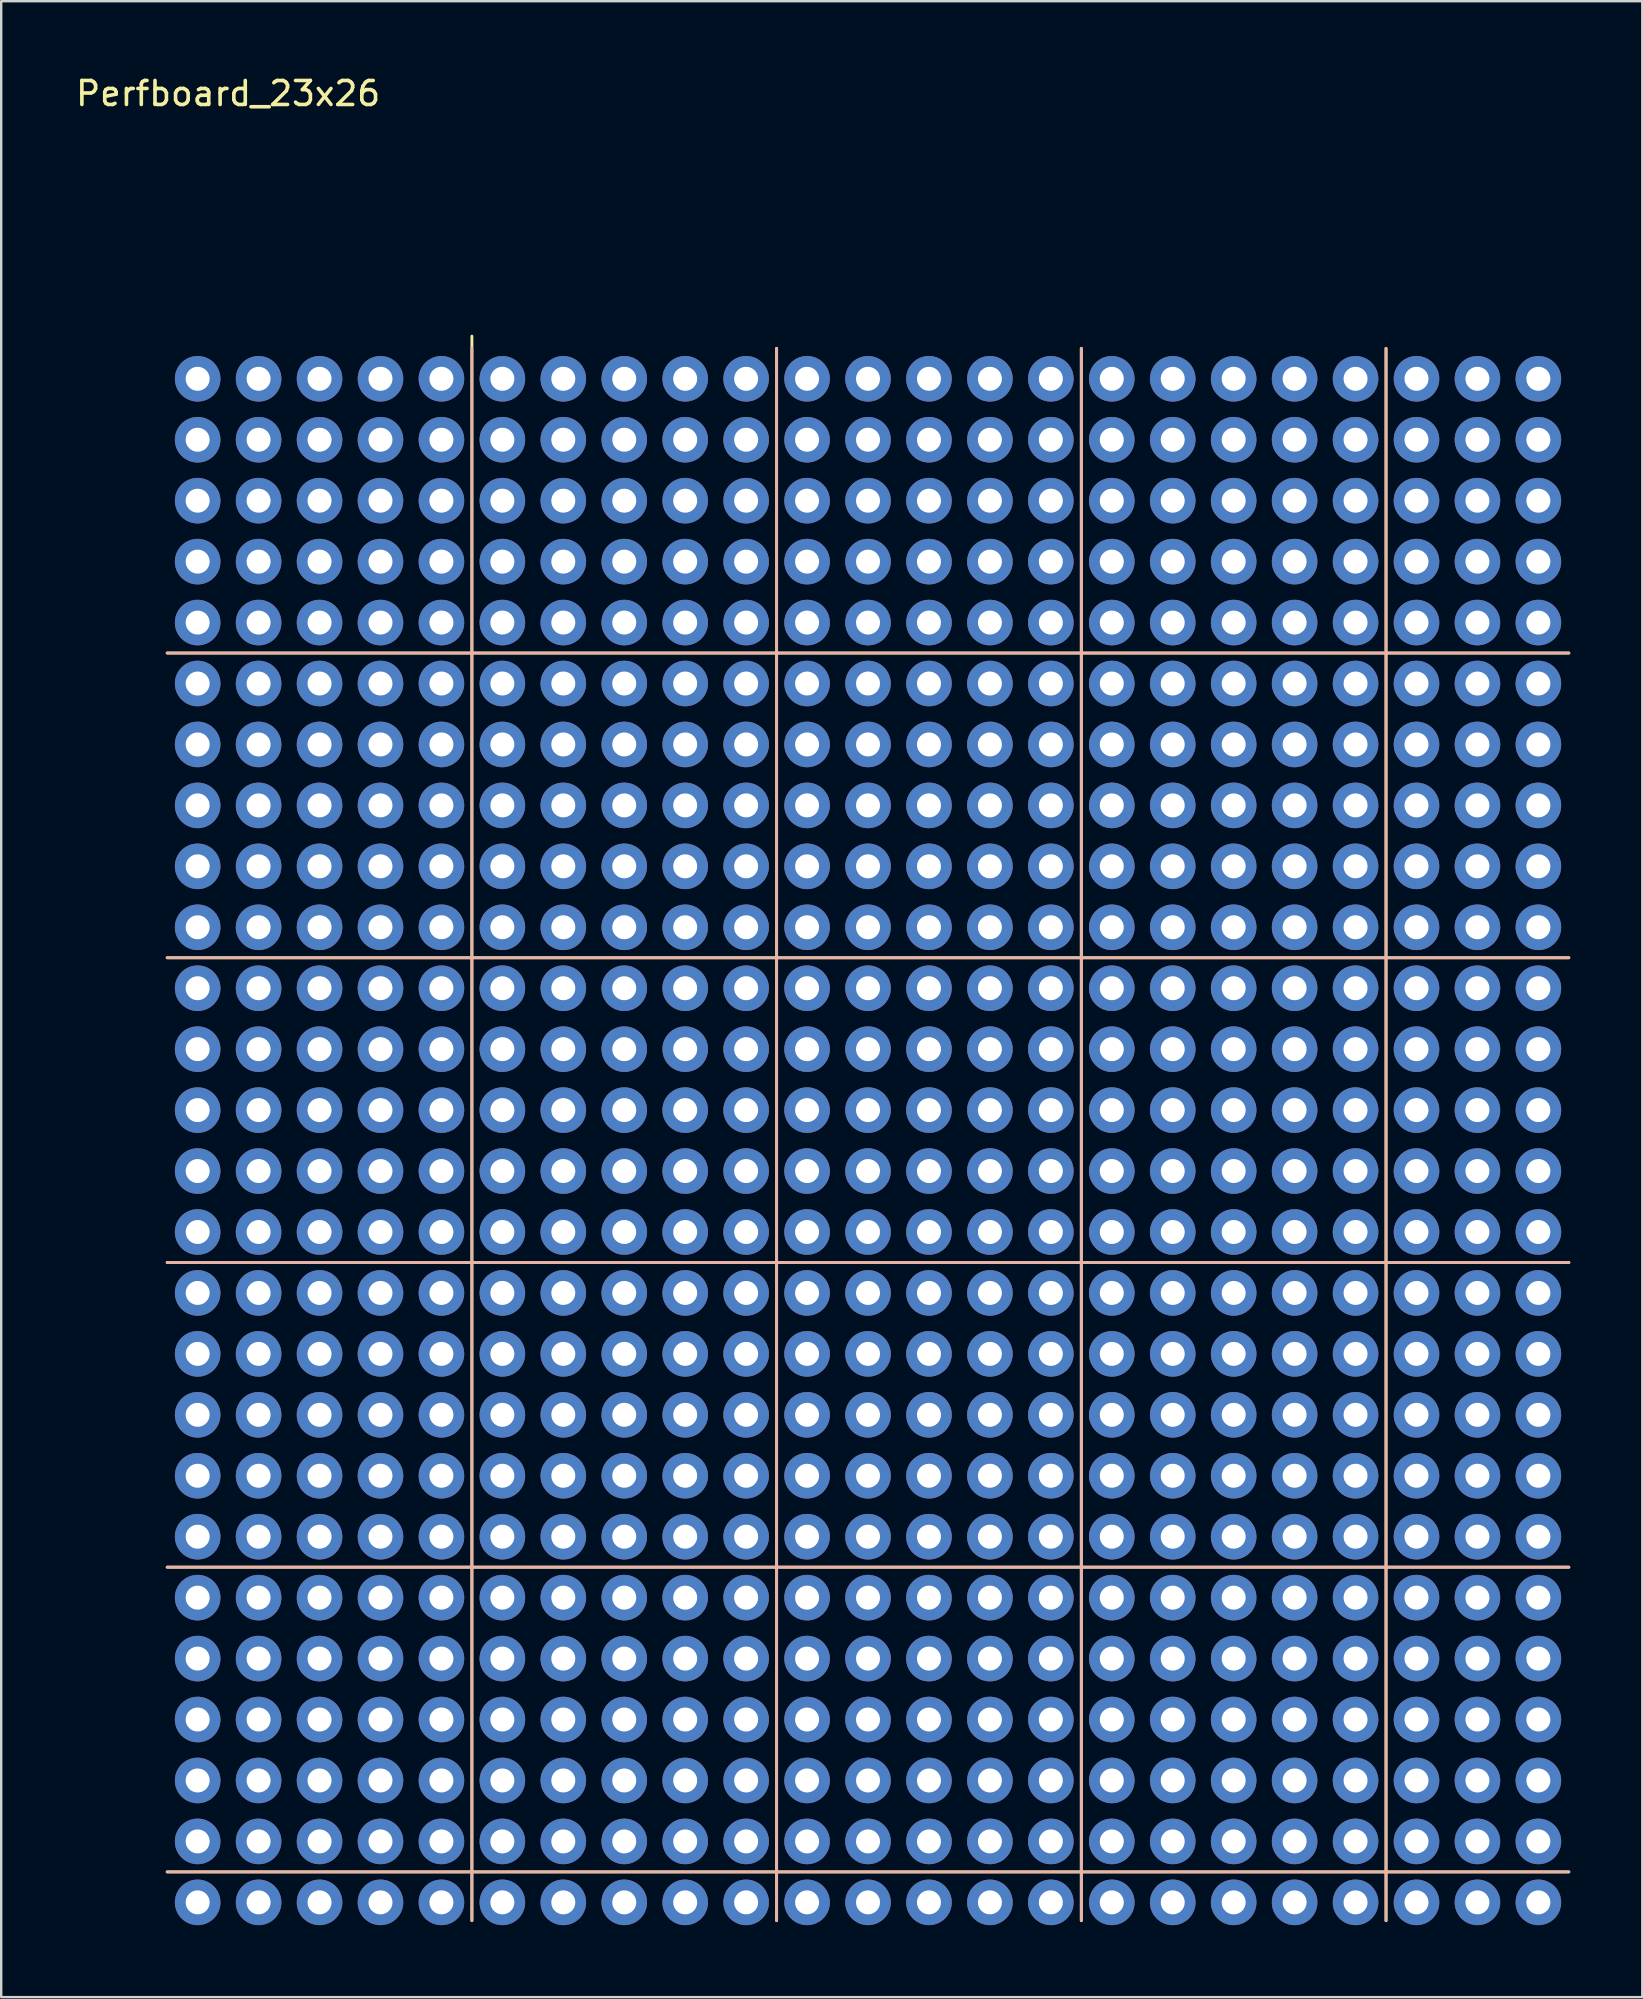
<source format=kicad_pcb>
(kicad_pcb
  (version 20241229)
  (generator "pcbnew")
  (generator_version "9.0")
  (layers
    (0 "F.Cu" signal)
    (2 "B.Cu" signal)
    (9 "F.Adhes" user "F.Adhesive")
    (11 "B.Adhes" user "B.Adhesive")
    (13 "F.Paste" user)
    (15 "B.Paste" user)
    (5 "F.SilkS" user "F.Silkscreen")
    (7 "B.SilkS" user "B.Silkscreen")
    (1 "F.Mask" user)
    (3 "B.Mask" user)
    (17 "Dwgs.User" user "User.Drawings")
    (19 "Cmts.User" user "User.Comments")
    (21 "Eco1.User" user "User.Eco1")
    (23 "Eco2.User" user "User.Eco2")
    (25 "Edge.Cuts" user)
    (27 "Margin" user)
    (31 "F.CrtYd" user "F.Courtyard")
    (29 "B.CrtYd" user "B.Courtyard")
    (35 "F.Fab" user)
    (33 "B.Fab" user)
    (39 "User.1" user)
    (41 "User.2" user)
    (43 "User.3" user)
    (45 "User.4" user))
  (footprint "Perfboard_23x26"
    (layer "F.Cu")
    (at 5.188 12.738)
    (property "Reference" "Perfboard_23x26" (at 1.27 -11.89 0) (unlocked yes) (layer "F.SilkS") (effects (font (size 1 1) (thickness 0.15))))
    (attr through_hole)
    (fp_line (start -1.27 11.43) (end 57.15 11.43) (stroke (width 0.12) (type solid)) (layer "F.SilkS"))
    (fp_line (start -1.27 24.13) (end 57.15 24.13) (stroke (width 0.12) (type solid)) (layer "F.SilkS"))
    (fp_line (start -1.27 36.83) (end 57.15 36.83) (stroke (width 0.12) (type solid)) (layer "F.SilkS"))
    (fp_line (start -1.27 49.53) (end 57.15 49.53) (stroke (width 0.12) (type solid)) (layer "F.SilkS"))
    (fp_line (start -1.27 62.23) (end 57.15 62.23) (stroke (width 0.12) (type solid)) (layer "F.SilkS"))
    (fp_line (start 11.43 -1.778) (end 11.43 64.262) (stroke (width 0.12) (type solid)) (layer "F.SilkS"))
    (fp_line (start 24.13 -1.27) (end 24.13 64.262) (stroke (width 0.12) (type solid)) (layer "F.SilkS"))
    (fp_line (start 36.83 -1.27) (end 36.83 64.262) (stroke (width 0.12) (type solid)) (layer "F.SilkS"))
    (fp_line (start 49.53 -1.27) (end 49.53 64.262) (stroke (width 0.12) (type solid)) (layer "F.SilkS"))
    (fp_line (start -1.27 11.43) (end 57.15 11.43) (stroke (width 0.12) (type solid)) (layer "B.SilkS"))
    (fp_line (start -1.27 24.13) (end 57.15 24.13) (stroke (width 0.12) (type solid)) (layer "B.SilkS"))
    (fp_line (start -1.27 36.83) (end 57.15 36.83) (stroke (width 0.12) (type solid)) (layer "B.SilkS"))
    (fp_line (start -1.27 49.53) (end 57.15 49.53) (stroke (width 0.12) (type solid)) (layer "B.SilkS"))
    (fp_line (start -1.27 62.23) (end 57.15 62.23) (stroke (width 0.12) (type solid)) (layer "B.SilkS"))
    (fp_line (start 11.43 -1.27) (end 11.43 64.262) (stroke (width 0.12) (type solid)) (layer "B.SilkS"))
    (fp_line (start 24.13 -1.27) (end 24.13 64.262) (stroke (width 0.12) (type solid)) (layer "B.SilkS"))
    (fp_line (start 36.83 -1.27) (end 36.83 64.262) (stroke (width 0.12) (type solid)) (layer "B.SilkS"))
    (fp_line (start 49.53 -1.27) (end 49.53 64.262) (stroke (width 0.12) (type solid)) (layer "B.SilkS"))
    (pad "" thru_hole circle (at 0 0) (size 1.9 1.9) (drill 1) (layers "*.Cu" "*.Mask"))
    (pad "" thru_hole circle (at 0 2.54) (size 1.9 1.9) (drill 1) (layers "*.Cu" "*.Mask"))
    (pad "" thru_hole circle (at 0 5.08) (size 1.9 1.9) (drill 1) (layers "*.Cu" "*.Mask"))
    (pad "" thru_hole circle (at 0 7.62) (size 1.9 1.9) (drill 1) (layers "*.Cu" "*.Mask"))
    (pad "" thru_hole circle (at 0 10.16) (size 1.9 1.9) (drill 1) (layers "*.Cu" "*.Mask"))
    (pad "" thru_hole circle (at 0 12.7) (size 1.9 1.9) (drill 1) (layers "*.Cu" "*.Mask"))
    (pad "" thru_hole circle (at 0 15.24) (size 1.9 1.9) (drill 1) (layers "*.Cu" "*.Mask"))
    (pad "" thru_hole circle (at 0 17.78) (size 1.9 1.9) (drill 1) (layers "*.Cu" "*.Mask"))
    (pad "" thru_hole circle (at 0 20.32) (size 1.9 1.9) (drill 1) (layers "*.Cu" "*.Mask"))
    (pad "" thru_hole circle (at 0 22.86) (size 1.9 1.9) (drill 1) (layers "*.Cu" "*.Mask"))
    (pad "" thru_hole circle (at 0 25.4) (size 1.9 1.9) (drill 1) (layers "*.Cu" "*.Mask"))
    (pad "" thru_hole circle (at 0 27.94) (size 1.9 1.9) (drill 1) (layers "*.Cu" "*.Mask"))
    (pad "" thru_hole circle (at 0 30.48) (size 1.9 1.9) (drill 1) (layers "*.Cu" "*.Mask"))
    (pad "" thru_hole circle (at 0 33.02) (size 1.9 1.9) (drill 1) (layers "*.Cu" "*.Mask"))
    (pad "" thru_hole circle (at 0 35.56) (size 1.9 1.9) (drill 1) (layers "*.Cu" "*.Mask"))
    (pad "" thru_hole circle (at 0 38.1) (size 1.9 1.9) (drill 1) (layers "*.Cu" "*.Mask"))
    (pad "" thru_hole circle (at 0 40.64) (size 1.9 1.9) (drill 1) (layers "*.Cu" "*.Mask"))
    (pad "" thru_hole circle (at 0 43.18) (size 1.9 1.9) (drill 1) (layers "*.Cu" "*.Mask"))
    (pad "" thru_hole circle (at 0 45.72) (size 1.9 1.9) (drill 1) (layers "*.Cu" "*.Mask"))
    (pad "" thru_hole circle (at 0 48.26) (size 1.9 1.9) (drill 1) (layers "*.Cu" "*.Mask"))
    (pad "" thru_hole circle (at 0 50.8) (size 1.9 1.9) (drill 1) (layers "*.Cu" "*.Mask"))
    (pad "" thru_hole circle (at 0 53.34) (size 1.9 1.9) (drill 1) (layers "*.Cu" "*.Mask"))
    (pad "" thru_hole circle (at 0 55.88) (size 1.9 1.9) (drill 1) (layers "*.Cu" "*.Mask"))
    (pad "" thru_hole circle (at 0 58.42) (size 1.9 1.9) (drill 1) (layers "*.Cu" "*.Mask"))
    (pad "" thru_hole circle (at 0 60.96) (size 1.9 1.9) (drill 1) (layers "*.Cu" "*.Mask"))
    (pad "" thru_hole circle (at 0 63.5) (size 1.9 1.9) (drill 1) (layers "*.Cu" "*.Mask"))
    (pad "" thru_hole circle (at 2.54 0) (size 1.9 1.9) (drill 1) (layers "*.Cu" "*.Mask"))
    (pad "" thru_hole circle (at 2.54 2.54) (size 1.9 1.9) (drill 1) (layers "*.Cu" "*.Mask"))
    (pad "" thru_hole circle (at 2.54 5.08) (size 1.9 1.9) (drill 1) (layers "*.Cu" "*.Mask"))
    (pad "" thru_hole circle (at 2.54 7.62) (size 1.9 1.9) (drill 1) (layers "*.Cu" "*.Mask"))
    (pad "" thru_hole circle (at 2.54 10.16) (size 1.9 1.9) (drill 1) (layers "*.Cu" "*.Mask"))
    (pad "" thru_hole circle (at 2.54 12.7) (size 1.9 1.9) (drill 1) (layers "*.Cu" "*.Mask"))
    (pad "" thru_hole circle (at 2.54 15.24) (size 1.9 1.9) (drill 1) (layers "*.Cu" "*.Mask"))
    (pad "" thru_hole circle (at 2.54 17.78) (size 1.9 1.9) (drill 1) (layers "*.Cu" "*.Mask"))
    (pad "" thru_hole circle (at 2.54 20.32) (size 1.9 1.9) (drill 1) (layers "*.Cu" "*.Mask"))
    (pad "" thru_hole circle (at 2.54 22.86) (size 1.9 1.9) (drill 1) (layers "*.Cu" "*.Mask"))
    (pad "" thru_hole circle (at 2.54 25.4) (size 1.9 1.9) (drill 1) (layers "*.Cu" "*.Mask"))
    (pad "" thru_hole circle (at 2.54 27.94) (size 1.9 1.9) (drill 1) (layers "*.Cu" "*.Mask"))
    (pad "" thru_hole circle (at 2.54 30.48) (size 1.9 1.9) (drill 1) (layers "*.Cu" "*.Mask"))
    (pad "" thru_hole circle (at 2.54 33.02) (size 1.9 1.9) (drill 1) (layers "*.Cu" "*.Mask"))
    (pad "" thru_hole circle (at 2.54 35.56) (size 1.9 1.9) (drill 1) (layers "*.Cu" "*.Mask"))
    (pad "" thru_hole circle (at 2.54 38.1) (size 1.9 1.9) (drill 1) (layers "*.Cu" "*.Mask"))
    (pad "" thru_hole circle (at 2.54 40.64) (size 1.9 1.9) (drill 1) (layers "*.Cu" "*.Mask"))
    (pad "" thru_hole circle (at 2.54 43.18) (size 1.9 1.9) (drill 1) (layers "*.Cu" "*.Mask"))
    (pad "" thru_hole circle (at 2.54 45.72) (size 1.9 1.9) (drill 1) (layers "*.Cu" "*.Mask"))
    (pad "" thru_hole circle (at 2.54 48.26) (size 1.9 1.9) (drill 1) (layers "*.Cu" "*.Mask"))
    (pad "" thru_hole circle (at 2.54 50.8) (size 1.9 1.9) (drill 1) (layers "*.Cu" "*.Mask"))
    (pad "" thru_hole circle (at 2.54 53.34) (size 1.9 1.9) (drill 1) (layers "*.Cu" "*.Mask"))
    (pad "" thru_hole circle (at 2.54 55.88) (size 1.9 1.9) (drill 1) (layers "*.Cu" "*.Mask"))
    (pad "" thru_hole circle (at 2.54 58.42) (size 1.9 1.9) (drill 1) (layers "*.Cu" "*.Mask"))
    (pad "" thru_hole circle (at 2.54 60.96) (size 1.9 1.9) (drill 1) (layers "*.Cu" "*.Mask"))
    (pad "" thru_hole circle (at 2.54 63.5) (size 1.9 1.9) (drill 1) (layers "*.Cu" "*.Mask"))
    (pad "" thru_hole circle (at 5.08 0) (size 1.9 1.9) (drill 1) (layers "*.Cu" "*.Mask"))
    (pad "" thru_hole circle (at 5.08 2.54) (size 1.9 1.9) (drill 1) (layers "*.Cu" "*.Mask"))
    (pad "" thru_hole circle (at 5.08 5.08) (size 1.9 1.9) (drill 1) (layers "*.Cu" "*.Mask"))
    (pad "" thru_hole circle (at 5.08 7.62) (size 1.9 1.9) (drill 1) (layers "*.Cu" "*.Mask"))
    (pad "" thru_hole circle (at 5.08 10.16) (size 1.9 1.9) (drill 1) (layers "*.Cu" "*.Mask"))
    (pad "" thru_hole circle (at 5.08 12.7) (size 1.9 1.9) (drill 1) (layers "*.Cu" "*.Mask"))
    (pad "" thru_hole circle (at 5.08 15.24) (size 1.9 1.9) (drill 1) (layers "*.Cu" "*.Mask"))
    (pad "" thru_hole circle (at 5.08 17.78) (size 1.9 1.9) (drill 1) (layers "*.Cu" "*.Mask"))
    (pad "" thru_hole circle (at 5.08 20.32) (size 1.9 1.9) (drill 1) (layers "*.Cu" "*.Mask"))
    (pad "" thru_hole circle (at 5.08 22.86) (size 1.9 1.9) (drill 1) (layers "*.Cu" "*.Mask"))
    (pad "" thru_hole circle (at 5.08 25.4) (size 1.9 1.9) (drill 1) (layers "*.Cu" "*.Mask"))
    (pad "" thru_hole circle (at 5.08 27.94) (size 1.9 1.9) (drill 1) (layers "*.Cu" "*.Mask"))
    (pad "" thru_hole circle (at 5.08 30.48) (size 1.9 1.9) (drill 1) (layers "*.Cu" "*.Mask"))
    (pad "" thru_hole circle (at 5.08 33.02) (size 1.9 1.9) (drill 1) (layers "*.Cu" "*.Mask"))
    (pad "" thru_hole circle (at 5.08 35.56) (size 1.9 1.9) (drill 1) (layers "*.Cu" "*.Mask"))
    (pad "" thru_hole circle (at 5.08 38.1) (size 1.9 1.9) (drill 1) (layers "*.Cu" "*.Mask"))
    (pad "" thru_hole circle (at 5.08 40.64) (size 1.9 1.9) (drill 1) (layers "*.Cu" "*.Mask"))
    (pad "" thru_hole circle (at 5.08 43.18) (size 1.9 1.9) (drill 1) (layers "*.Cu" "*.Mask"))
    (pad "" thru_hole circle (at 5.08 45.72) (size 1.9 1.9) (drill 1) (layers "*.Cu" "*.Mask"))
    (pad "" thru_hole circle (at 5.08 48.26) (size 1.9 1.9) (drill 1) (layers "*.Cu" "*.Mask"))
    (pad "" thru_hole circle (at 5.08 50.8) (size 1.9 1.9) (drill 1) (layers "*.Cu" "*.Mask"))
    (pad "" thru_hole circle (at 5.08 53.34) (size 1.9 1.9) (drill 1) (layers "*.Cu" "*.Mask"))
    (pad "" thru_hole circle (at 5.08 55.88) (size 1.9 1.9) (drill 1) (layers "*.Cu" "*.Mask"))
    (pad "" thru_hole circle (at 5.08 58.42) (size 1.9 1.9) (drill 1) (layers "*.Cu" "*.Mask"))
    (pad "" thru_hole circle (at 5.08 60.96) (size 1.9 1.9) (drill 1) (layers "*.Cu" "*.Mask"))
    (pad "" thru_hole circle (at 5.08 63.5) (size 1.9 1.9) (drill 1) (layers "*.Cu" "*.Mask"))
    (pad "" thru_hole circle (at 7.62 0) (size 1.9 1.9) (drill 1) (layers "*.Cu" "*.Mask"))
    (pad "" thru_hole circle (at 7.62 2.54) (size 1.9 1.9) (drill 1) (layers "*.Cu" "*.Mask"))
    (pad "" thru_hole circle (at 7.62 5.08) (size 1.9 1.9) (drill 1) (layers "*.Cu" "*.Mask"))
    (pad "" thru_hole circle (at 7.62 7.62) (size 1.9 1.9) (drill 1) (layers "*.Cu" "*.Mask"))
    (pad "" thru_hole circle (at 7.62 10.16) (size 1.9 1.9) (drill 1) (layers "*.Cu" "*.Mask"))
    (pad "" thru_hole circle (at 7.62 12.7) (size 1.9 1.9) (drill 1) (layers "*.Cu" "*.Mask"))
    (pad "" thru_hole circle (at 7.62 15.24) (size 1.9 1.9) (drill 1) (layers "*.Cu" "*.Mask"))
    (pad "" thru_hole circle (at 7.62 17.78) (size 1.9 1.9) (drill 1) (layers "*.Cu" "*.Mask"))
    (pad "" thru_hole circle (at 7.62 20.32) (size 1.9 1.9) (drill 1) (layers "*.Cu" "*.Mask"))
    (pad "" thru_hole circle (at 7.62 22.86) (size 1.9 1.9) (drill 1) (layers "*.Cu" "*.Mask"))
    (pad "" thru_hole circle (at 7.62 25.4) (size 1.9 1.9) (drill 1) (layers "*.Cu" "*.Mask"))
    (pad "" thru_hole circle (at 7.62 27.94) (size 1.9 1.9) (drill 1) (layers "*.Cu" "*.Mask"))
    (pad "" thru_hole circle (at 7.62 30.48) (size 1.9 1.9) (drill 1) (layers "*.Cu" "*.Mask"))
    (pad "" thru_hole circle (at 7.62 33.02) (size 1.9 1.9) (drill 1) (layers "*.Cu" "*.Mask"))
    (pad "" thru_hole circle (at 7.62 35.56) (size 1.9 1.9) (drill 1) (layers "*.Cu" "*.Mask"))
    (pad "" thru_hole circle (at 7.62 38.1) (size 1.9 1.9) (drill 1) (layers "*.Cu" "*.Mask"))
    (pad "" thru_hole circle (at 7.62 40.64) (size 1.9 1.9) (drill 1) (layers "*.Cu" "*.Mask"))
    (pad "" thru_hole circle (at 7.62 43.18) (size 1.9 1.9) (drill 1) (layers "*.Cu" "*.Mask"))
    (pad "" thru_hole circle (at 7.62 45.72) (size 1.9 1.9) (drill 1) (layers "*.Cu" "*.Mask"))
    (pad "" thru_hole circle (at 7.62 48.26) (size 1.9 1.9) (drill 1) (layers "*.Cu" "*.Mask"))
    (pad "" thru_hole circle (at 7.62 50.8) (size 1.9 1.9) (drill 1) (layers "*.Cu" "*.Mask"))
    (pad "" thru_hole circle (at 7.62 53.34) (size 1.9 1.9) (drill 1) (layers "*.Cu" "*.Mask"))
    (pad "" thru_hole circle (at 7.62 55.88) (size 1.9 1.9) (drill 1) (layers "*.Cu" "*.Mask"))
    (pad "" thru_hole circle (at 7.62 58.42) (size 1.9 1.9) (drill 1) (layers "*.Cu" "*.Mask"))
    (pad "" thru_hole circle (at 7.62 60.96) (size 1.9 1.9) (drill 1) (layers "*.Cu" "*.Mask"))
    (pad "" thru_hole circle (at 7.62 63.5) (size 1.9 1.9) (drill 1) (layers "*.Cu" "*.Mask"))
    (pad "" thru_hole circle (at 10.16 0) (size 1.9 1.9) (drill 1) (layers "*.Cu" "*.Mask"))
    (pad "" thru_hole circle (at 10.16 2.54) (size 1.9 1.9) (drill 1) (layers "*.Cu" "*.Mask"))
    (pad "" thru_hole circle (at 10.16 5.08) (size 1.9 1.9) (drill 1) (layers "*.Cu" "*.Mask"))
    (pad "" thru_hole circle (at 10.16 7.62) (size 1.9 1.9) (drill 1) (layers "*.Cu" "*.Mask"))
    (pad "" thru_hole circle (at 10.16 10.16) (size 1.9 1.9) (drill 1) (layers "*.Cu" "*.Mask"))
    (pad "" thru_hole circle (at 10.16 12.7) (size 1.9 1.9) (drill 1) (layers "*.Cu" "*.Mask"))
    (pad "" thru_hole circle (at 10.16 15.24) (size 1.9 1.9) (drill 1) (layers "*.Cu" "*.Mask"))
    (pad "" thru_hole circle (at 10.16 17.78) (size 1.9 1.9) (drill 1) (layers "*.Cu" "*.Mask"))
    (pad "" thru_hole circle (at 10.16 20.32) (size 1.9 1.9) (drill 1) (layers "*.Cu" "*.Mask"))
    (pad "" thru_hole circle (at 10.16 22.86) (size 1.9 1.9) (drill 1) (layers "*.Cu" "*.Mask"))
    (pad "" thru_hole circle (at 10.16 25.4) (size 1.9 1.9) (drill 1) (layers "*.Cu" "*.Mask"))
    (pad "" thru_hole circle (at 10.16 27.94) (size 1.9 1.9) (drill 1) (layers "*.Cu" "*.Mask"))
    (pad "" thru_hole circle (at 10.16 30.48) (size 1.9 1.9) (drill 1) (layers "*.Cu" "*.Mask"))
    (pad "" thru_hole circle (at 10.16 33.02) (size 1.9 1.9) (drill 1) (layers "*.Cu" "*.Mask"))
    (pad "" thru_hole circle (at 10.16 35.56) (size 1.9 1.9) (drill 1) (layers "*.Cu" "*.Mask"))
    (pad "" thru_hole circle (at 10.16 38.1) (size 1.9 1.9) (drill 1) (layers "*.Cu" "*.Mask"))
    (pad "" thru_hole circle (at 10.16 40.64) (size 1.9 1.9) (drill 1) (layers "*.Cu" "*.Mask"))
    (pad "" thru_hole circle (at 10.16 43.18) (size 1.9 1.9) (drill 1) (layers "*.Cu" "*.Mask"))
    (pad "" thru_hole circle (at 10.16 45.72) (size 1.9 1.9) (drill 1) (layers "*.Cu" "*.Mask"))
    (pad "" thru_hole circle (at 10.16 48.26) (size 1.9 1.9) (drill 1) (layers "*.Cu" "*.Mask"))
    (pad "" thru_hole circle (at 10.16 50.8) (size 1.9 1.9) (drill 1) (layers "*.Cu" "*.Mask"))
    (pad "" thru_hole circle (at 10.16 53.34) (size 1.9 1.9) (drill 1) (layers "*.Cu" "*.Mask"))
    (pad "" thru_hole circle (at 10.16 55.88) (size 1.9 1.9) (drill 1) (layers "*.Cu" "*.Mask"))
    (pad "" thru_hole circle (at 10.16 58.42) (size 1.9 1.9) (drill 1) (layers "*.Cu" "*.Mask"))
    (pad "" thru_hole circle (at 10.16 60.96) (size 1.9 1.9) (drill 1) (layers "*.Cu" "*.Mask"))
    (pad "" thru_hole circle (at 10.16 63.5) (size 1.9 1.9) (drill 1) (layers "*.Cu" "*.Mask"))
    (pad "" thru_hole circle (at 12.7 0) (size 1.9 1.9) (drill 1) (layers "*.Cu" "*.Mask"))
    (pad "" thru_hole circle (at 12.7 2.54) (size 1.9 1.9) (drill 1) (layers "*.Cu" "*.Mask"))
    (pad "" thru_hole circle (at 12.7 5.08) (size 1.9 1.9) (drill 1) (layers "*.Cu" "*.Mask"))
    (pad "" thru_hole circle (at 12.7 7.62) (size 1.9 1.9) (drill 1) (layers "*.Cu" "*.Mask"))
    (pad "" thru_hole circle (at 12.7 10.16) (size 1.9 1.9) (drill 1) (layers "*.Cu" "*.Mask"))
    (pad "" thru_hole circle (at 12.7 12.7) (size 1.9 1.9) (drill 1) (layers "*.Cu" "*.Mask"))
    (pad "" thru_hole circle (at 12.7 15.24) (size 1.9 1.9) (drill 1) (layers "*.Cu" "*.Mask"))
    (pad "" thru_hole circle (at 12.7 17.78) (size 1.9 1.9) (drill 1) (layers "*.Cu" "*.Mask"))
    (pad "" thru_hole circle (at 12.7 20.32) (size 1.9 1.9) (drill 1) (layers "*.Cu" "*.Mask"))
    (pad "" thru_hole circle (at 12.7 22.86) (size 1.9 1.9) (drill 1) (layers "*.Cu" "*.Mask"))
    (pad "" thru_hole circle (at 12.7 25.4) (size 1.9 1.9) (drill 1) (layers "*.Cu" "*.Mask"))
    (pad "" thru_hole circle (at 12.7 27.94) (size 1.9 1.9) (drill 1) (layers "*.Cu" "*.Mask"))
    (pad "" thru_hole circle (at 12.7 30.48) (size 1.9 1.9) (drill 1) (layers "*.Cu" "*.Mask"))
    (pad "" thru_hole circle (at 12.7 33.02) (size 1.9 1.9) (drill 1) (layers "*.Cu" "*.Mask"))
    (pad "" thru_hole circle (at 12.7 35.56) (size 1.9 1.9) (drill 1) (layers "*.Cu" "*.Mask"))
    (pad "" thru_hole circle (at 12.7 38.1) (size 1.9 1.9) (drill 1) (layers "*.Cu" "*.Mask"))
    (pad "" thru_hole circle (at 12.7 40.64) (size 1.9 1.9) (drill 1) (layers "*.Cu" "*.Mask"))
    (pad "" thru_hole circle (at 12.7 43.18) (size 1.9 1.9) (drill 1) (layers "*.Cu" "*.Mask"))
    (pad "" thru_hole circle (at 12.7 45.72) (size 1.9 1.9) (drill 1) (layers "*.Cu" "*.Mask"))
    (pad "" thru_hole circle (at 12.7 48.26) (size 1.9 1.9) (drill 1) (layers "*.Cu" "*.Mask"))
    (pad "" thru_hole circle (at 12.7 50.8) (size 1.9 1.9) (drill 1) (layers "*.Cu" "*.Mask"))
    (pad "" thru_hole circle (at 12.7 53.34) (size 1.9 1.9) (drill 1) (layers "*.Cu" "*.Mask"))
    (pad "" thru_hole circle (at 12.7 55.88) (size 1.9 1.9) (drill 1) (layers "*.Cu" "*.Mask"))
    (pad "" thru_hole circle (at 12.7 58.42) (size 1.9 1.9) (drill 1) (layers "*.Cu" "*.Mask"))
    (pad "" thru_hole circle (at 12.7 60.96) (size 1.9 1.9) (drill 1) (layers "*.Cu" "*.Mask"))
    (pad "" thru_hole circle (at 12.7 63.5) (size 1.9 1.9) (drill 1) (layers "*.Cu" "*.Mask"))
    (pad "" thru_hole circle (at 15.24 0) (size 1.9 1.9) (drill 1) (layers "*.Cu" "*.Mask"))
    (pad "" thru_hole circle (at 15.24 2.54) (size 1.9 1.9) (drill 1) (layers "*.Cu" "*.Mask"))
    (pad "" thru_hole circle (at 15.24 5.08) (size 1.9 1.9) (drill 1) (layers "*.Cu" "*.Mask"))
    (pad "" thru_hole circle (at 15.24 7.62) (size 1.9 1.9) (drill 1) (layers "*.Cu" "*.Mask"))
    (pad "" thru_hole circle (at 15.24 10.16) (size 1.9 1.9) (drill 1) (layers "*.Cu" "*.Mask"))
    (pad "" thru_hole circle (at 15.24 12.7) (size 1.9 1.9) (drill 1) (layers "*.Cu" "*.Mask"))
    (pad "" thru_hole circle (at 15.24 15.24) (size 1.9 1.9) (drill 1) (layers "*.Cu" "*.Mask"))
    (pad "" thru_hole circle (at 15.24 17.78) (size 1.9 1.9) (drill 1) (layers "*.Cu" "*.Mask"))
    (pad "" thru_hole circle (at 15.24 20.32) (size 1.9 1.9) (drill 1) (layers "*.Cu" "*.Mask"))
    (pad "" thru_hole circle (at 15.24 22.86) (size 1.9 1.9) (drill 1) (layers "*.Cu" "*.Mask"))
    (pad "" thru_hole circle (at 15.24 25.4) (size 1.9 1.9) (drill 1) (layers "*.Cu" "*.Mask"))
    (pad "" thru_hole circle (at 15.24 27.94) (size 1.9 1.9) (drill 1) (layers "*.Cu" "*.Mask"))
    (pad "" thru_hole circle (at 15.24 30.48) (size 1.9 1.9) (drill 1) (layers "*.Cu" "*.Mask"))
    (pad "" thru_hole circle (at 15.24 33.02) (size 1.9 1.9) (drill 1) (layers "*.Cu" "*.Mask"))
    (pad "" thru_hole circle (at 15.24 35.56) (size 1.9 1.9) (drill 1) (layers "*.Cu" "*.Mask"))
    (pad "" thru_hole circle (at 15.24 38.1) (size 1.9 1.9) (drill 1) (layers "*.Cu" "*.Mask"))
    (pad "" thru_hole circle (at 15.24 40.64) (size 1.9 1.9) (drill 1) (layers "*.Cu" "*.Mask"))
    (pad "" thru_hole circle (at 15.24 43.18) (size 1.9 1.9) (drill 1) (layers "*.Cu" "*.Mask"))
    (pad "" thru_hole circle (at 15.24 45.72) (size 1.9 1.9) (drill 1) (layers "*.Cu" "*.Mask"))
    (pad "" thru_hole circle (at 15.24 48.26) (size 1.9 1.9) (drill 1) (layers "*.Cu" "*.Mask"))
    (pad "" thru_hole circle (at 15.24 50.8) (size 1.9 1.9) (drill 1) (layers "*.Cu" "*.Mask"))
    (pad "" thru_hole circle (at 15.24 53.34) (size 1.9 1.9) (drill 1) (layers "*.Cu" "*.Mask"))
    (pad "" thru_hole circle (at 15.24 55.88) (size 1.9 1.9) (drill 1) (layers "*.Cu" "*.Mask"))
    (pad "" thru_hole circle (at 15.24 58.42) (size 1.9 1.9) (drill 1) (layers "*.Cu" "*.Mask"))
    (pad "" thru_hole circle (at 15.24 60.96) (size 1.9 1.9) (drill 1) (layers "*.Cu" "*.Mask"))
    (pad "" thru_hole circle (at 15.24 63.5) (size 1.9 1.9) (drill 1) (layers "*.Cu" "*.Mask"))
    (pad "" thru_hole circle (at 17.78 0) (size 1.9 1.9) (drill 1) (layers "*.Cu" "*.Mask"))
    (pad "" thru_hole circle (at 17.78 2.54) (size 1.9 1.9) (drill 1) (layers "*.Cu" "*.Mask"))
    (pad "" thru_hole circle (at 17.78 5.08) (size 1.9 1.9) (drill 1) (layers "*.Cu" "*.Mask"))
    (pad "" thru_hole circle (at 17.78 7.62) (size 1.9 1.9) (drill 1) (layers "*.Cu" "*.Mask"))
    (pad "" thru_hole circle (at 17.78 10.16) (size 1.9 1.9) (drill 1) (layers "*.Cu" "*.Mask"))
    (pad "" thru_hole circle (at 17.78 12.7) (size 1.9 1.9) (drill 1) (layers "*.Cu" "*.Mask"))
    (pad "" thru_hole circle (at 17.78 15.24) (size 1.9 1.9) (drill 1) (layers "*.Cu" "*.Mask"))
    (pad "" thru_hole circle (at 17.78 17.78) (size 1.9 1.9) (drill 1) (layers "*.Cu" "*.Mask"))
    (pad "" thru_hole circle (at 17.78 20.32) (size 1.9 1.9) (drill 1) (layers "*.Cu" "*.Mask"))
    (pad "" thru_hole circle (at 17.78 22.86) (size 1.9 1.9) (drill 1) (layers "*.Cu" "*.Mask"))
    (pad "" thru_hole circle (at 17.78 25.4) (size 1.9 1.9) (drill 1) (layers "*.Cu" "*.Mask"))
    (pad "" thru_hole circle (at 17.78 27.94) (size 1.9 1.9) (drill 1) (layers "*.Cu" "*.Mask"))
    (pad "" thru_hole circle (at 17.78 30.48) (size 1.9 1.9) (drill 1) (layers "*.Cu" "*.Mask"))
    (pad "" thru_hole circle (at 17.78 33.02) (size 1.9 1.9) (drill 1) (layers "*.Cu" "*.Mask"))
    (pad "" thru_hole circle (at 17.78 35.56) (size 1.9 1.9) (drill 1) (layers "*.Cu" "*.Mask"))
    (pad "" thru_hole circle (at 17.78 38.1) (size 1.9 1.9) (drill 1) (layers "*.Cu" "*.Mask"))
    (pad "" thru_hole circle (at 17.78 40.64) (size 1.9 1.9) (drill 1) (layers "*.Cu" "*.Mask"))
    (pad "" thru_hole circle (at 17.78 43.18) (size 1.9 1.9) (drill 1) (layers "*.Cu" "*.Mask"))
    (pad "" thru_hole circle (at 17.78 45.72) (size 1.9 1.9) (drill 1) (layers "*.Cu" "*.Mask"))
    (pad "" thru_hole circle (at 17.78 48.26) (size 1.9 1.9) (drill 1) (layers "*.Cu" "*.Mask"))
    (pad "" thru_hole circle (at 17.78 50.8) (size 1.9 1.9) (drill 1) (layers "*.Cu" "*.Mask"))
    (pad "" thru_hole circle (at 17.78 53.34) (size 1.9 1.9) (drill 1) (layers "*.Cu" "*.Mask"))
    (pad "" thru_hole circle (at 17.78 55.88) (size 1.9 1.9) (drill 1) (layers "*.Cu" "*.Mask"))
    (pad "" thru_hole circle (at 17.78 58.42) (size 1.9 1.9) (drill 1) (layers "*.Cu" "*.Mask"))
    (pad "" thru_hole circle (at 17.78 60.96) (size 1.9 1.9) (drill 1) (layers "*.Cu" "*.Mask"))
    (pad "" thru_hole circle (at 17.78 63.5) (size 1.9 1.9) (drill 1) (layers "*.Cu" "*.Mask"))
    (pad "" thru_hole circle (at 20.32 0) (size 1.9 1.9) (drill 1) (layers "*.Cu" "*.Mask"))
    (pad "" thru_hole circle (at 20.32 2.54) (size 1.9 1.9) (drill 1) (layers "*.Cu" "*.Mask"))
    (pad "" thru_hole circle (at 20.32 5.08) (size 1.9 1.9) (drill 1) (layers "*.Cu" "*.Mask"))
    (pad "" thru_hole circle (at 20.32 7.62) (size 1.9 1.9) (drill 1) (layers "*.Cu" "*.Mask"))
    (pad "" thru_hole circle (at 20.32 10.16) (size 1.9 1.9) (drill 1) (layers "*.Cu" "*.Mask"))
    (pad "" thru_hole circle (at 20.32 12.7) (size 1.9 1.9) (drill 1) (layers "*.Cu" "*.Mask"))
    (pad "" thru_hole circle (at 20.32 15.24) (size 1.9 1.9) (drill 1) (layers "*.Cu" "*.Mask"))
    (pad "" thru_hole circle (at 20.32 17.78) (size 1.9 1.9) (drill 1) (layers "*.Cu" "*.Mask"))
    (pad "" thru_hole circle (at 20.32 20.32) (size 1.9 1.9) (drill 1) (layers "*.Cu" "*.Mask"))
    (pad "" thru_hole circle (at 20.32 22.86) (size 1.9 1.9) (drill 1) (layers "*.Cu" "*.Mask"))
    (pad "" thru_hole circle (at 20.32 25.4) (size 1.9 1.9) (drill 1) (layers "*.Cu" "*.Mask"))
    (pad "" thru_hole circle (at 20.32 27.94) (size 1.9 1.9) (drill 1) (layers "*.Cu" "*.Mask"))
    (pad "" thru_hole circle (at 20.32 30.48) (size 1.9 1.9) (drill 1) (layers "*.Cu" "*.Mask"))
    (pad "" thru_hole circle (at 20.32 33.02) (size 1.9 1.9) (drill 1) (layers "*.Cu" "*.Mask"))
    (pad "" thru_hole circle (at 20.32 35.56) (size 1.9 1.9) (drill 1) (layers "*.Cu" "*.Mask"))
    (pad "" thru_hole circle (at 20.32 38.1) (size 1.9 1.9) (drill 1) (layers "*.Cu" "*.Mask"))
    (pad "" thru_hole circle (at 20.32 40.64) (size 1.9 1.9) (drill 1) (layers "*.Cu" "*.Mask"))
    (pad "" thru_hole circle (at 20.32 43.18) (size 1.9 1.9) (drill 1) (layers "*.Cu" "*.Mask"))
    (pad "" thru_hole circle (at 20.32 45.72) (size 1.9 1.9) (drill 1) (layers "*.Cu" "*.Mask"))
    (pad "" thru_hole circle (at 20.32 48.26) (size 1.9 1.9) (drill 1) (layers "*.Cu" "*.Mask"))
    (pad "" thru_hole circle (at 20.32 50.8) (size 1.9 1.9) (drill 1) (layers "*.Cu" "*.Mask"))
    (pad "" thru_hole circle (at 20.32 53.34) (size 1.9 1.9) (drill 1) (layers "*.Cu" "*.Mask"))
    (pad "" thru_hole circle (at 20.32 55.88) (size 1.9 1.9) (drill 1) (layers "*.Cu" "*.Mask"))
    (pad "" thru_hole circle (at 20.32 58.42) (size 1.9 1.9) (drill 1) (layers "*.Cu" "*.Mask"))
    (pad "" thru_hole circle (at 20.32 60.96) (size 1.9 1.9) (drill 1) (layers "*.Cu" "*.Mask"))
    (pad "" thru_hole circle (at 20.32 63.5) (size 1.9 1.9) (drill 1) (layers "*.Cu" "*.Mask"))
    (pad "" thru_hole circle (at 22.86 0) (size 1.9 1.9) (drill 1) (layers "*.Cu" "*.Mask"))
    (pad "" thru_hole circle (at 22.86 2.54) (size 1.9 1.9) (drill 1) (layers "*.Cu" "*.Mask"))
    (pad "" thru_hole circle (at 22.86 5.08) (size 1.9 1.9) (drill 1) (layers "*.Cu" "*.Mask"))
    (pad "" thru_hole circle (at 22.86 7.62) (size 1.9 1.9) (drill 1) (layers "*.Cu" "*.Mask"))
    (pad "" thru_hole circle (at 22.86 10.16) (size 1.9 1.9) (drill 1) (layers "*.Cu" "*.Mask"))
    (pad "" thru_hole circle (at 22.86 12.7) (size 1.9 1.9) (drill 1) (layers "*.Cu" "*.Mask"))
    (pad "" thru_hole circle (at 22.86 15.24) (size 1.9 1.9) (drill 1) (layers "*.Cu" "*.Mask"))
    (pad "" thru_hole circle (at 22.86 17.78) (size 1.9 1.9) (drill 1) (layers "*.Cu" "*.Mask"))
    (pad "" thru_hole circle (at 22.86 20.32) (size 1.9 1.9) (drill 1) (layers "*.Cu" "*.Mask"))
    (pad "" thru_hole circle (at 22.86 22.86) (size 1.9 1.9) (drill 1) (layers "*.Cu" "*.Mask"))
    (pad "" thru_hole circle (at 22.86 25.4) (size 1.9 1.9) (drill 1) (layers "*.Cu" "*.Mask"))
    (pad "" thru_hole circle (at 22.86 27.94) (size 1.9 1.9) (drill 1) (layers "*.Cu" "*.Mask"))
    (pad "" thru_hole circle (at 22.86 30.48) (size 1.9 1.9) (drill 1) (layers "*.Cu" "*.Mask"))
    (pad "" thru_hole circle (at 22.86 33.02) (size 1.9 1.9) (drill 1) (layers "*.Cu" "*.Mask"))
    (pad "" thru_hole circle (at 22.86 35.56) (size 1.9 1.9) (drill 1) (layers "*.Cu" "*.Mask"))
    (pad "" thru_hole circle (at 22.86 38.1) (size 1.9 1.9) (drill 1) (layers "*.Cu" "*.Mask"))
    (pad "" thru_hole circle (at 22.86 40.64) (size 1.9 1.9) (drill 1) (layers "*.Cu" "*.Mask"))
    (pad "" thru_hole circle (at 22.86 43.18) (size 1.9 1.9) (drill 1) (layers "*.Cu" "*.Mask"))
    (pad "" thru_hole circle (at 22.86 45.72) (size 1.9 1.9) (drill 1) (layers "*.Cu" "*.Mask"))
    (pad "" thru_hole circle (at 22.86 48.26) (size 1.9 1.9) (drill 1) (layers "*.Cu" "*.Mask"))
    (pad "" thru_hole circle (at 22.86 50.8) (size 1.9 1.9) (drill 1) (layers "*.Cu" "*.Mask"))
    (pad "" thru_hole circle (at 22.86 53.34) (size 1.9 1.9) (drill 1) (layers "*.Cu" "*.Mask"))
    (pad "" thru_hole circle (at 22.86 55.88) (size 1.9 1.9) (drill 1) (layers "*.Cu" "*.Mask"))
    (pad "" thru_hole circle (at 22.86 58.42) (size 1.9 1.9) (drill 1) (layers "*.Cu" "*.Mask"))
    (pad "" thru_hole circle (at 22.86 60.96) (size 1.9 1.9) (drill 1) (layers "*.Cu" "*.Mask"))
    (pad "" thru_hole circle (at 22.86 63.5) (size 1.9 1.9) (drill 1) (layers "*.Cu" "*.Mask"))
    (pad "" thru_hole circle (at 25.4 0) (size 1.9 1.9) (drill 1) (layers "*.Cu" "*.Mask"))
    (pad "" thru_hole circle (at 25.4 2.54) (size 1.9 1.9) (drill 1) (layers "*.Cu" "*.Mask"))
    (pad "" thru_hole circle (at 25.4 5.08) (size 1.9 1.9) (drill 1) (layers "*.Cu" "*.Mask"))
    (pad "" thru_hole circle (at 25.4 7.62) (size 1.9 1.9) (drill 1) (layers "*.Cu" "*.Mask"))
    (pad "" thru_hole circle (at 25.4 10.16) (size 1.9 1.9) (drill 1) (layers "*.Cu" "*.Mask"))
    (pad "" thru_hole circle (at 25.4 12.7) (size 1.9 1.9) (drill 1) (layers "*.Cu" "*.Mask"))
    (pad "" thru_hole circle (at 25.4 15.24) (size 1.9 1.9) (drill 1) (layers "*.Cu" "*.Mask"))
    (pad "" thru_hole circle (at 25.4 17.78) (size 1.9 1.9) (drill 1) (layers "*.Cu" "*.Mask"))
    (pad "" thru_hole circle (at 25.4 20.32) (size 1.9 1.9) (drill 1) (layers "*.Cu" "*.Mask"))
    (pad "" thru_hole circle (at 25.4 22.86) (size 1.9 1.9) (drill 1) (layers "*.Cu" "*.Mask"))
    (pad "" thru_hole circle (at 25.4 25.4) (size 1.9 1.9) (drill 1) (layers "*.Cu" "*.Mask"))
    (pad "" thru_hole circle (at 25.4 27.94) (size 1.9 1.9) (drill 1) (layers "*.Cu" "*.Mask"))
    (pad "" thru_hole circle (at 25.4 30.48) (size 1.9 1.9) (drill 1) (layers "*.Cu" "*.Mask"))
    (pad "" thru_hole circle (at 25.4 33.02) (size 1.9 1.9) (drill 1) (layers "*.Cu" "*.Mask"))
    (pad "" thru_hole circle (at 25.4 35.56) (size 1.9 1.9) (drill 1) (layers "*.Cu" "*.Mask"))
    (pad "" thru_hole circle (at 25.4 38.1) (size 1.9 1.9) (drill 1) (layers "*.Cu" "*.Mask"))
    (pad "" thru_hole circle (at 25.4 40.64) (size 1.9 1.9) (drill 1) (layers "*.Cu" "*.Mask"))
    (pad "" thru_hole circle (at 25.4 43.18) (size 1.9 1.9) (drill 1) (layers "*.Cu" "*.Mask"))
    (pad "" thru_hole circle (at 25.4 45.72) (size 1.9 1.9) (drill 1) (layers "*.Cu" "*.Mask"))
    (pad "" thru_hole circle (at 25.4 48.26) (size 1.9 1.9) (drill 1) (layers "*.Cu" "*.Mask"))
    (pad "" thru_hole circle (at 25.4 50.8) (size 1.9 1.9) (drill 1) (layers "*.Cu" "*.Mask"))
    (pad "" thru_hole circle (at 25.4 53.34) (size 1.9 1.9) (drill 1) (layers "*.Cu" "*.Mask"))
    (pad "" thru_hole circle (at 25.4 55.88) (size 1.9 1.9) (drill 1) (layers "*.Cu" "*.Mask"))
    (pad "" thru_hole circle (at 25.4 58.42) (size 1.9 1.9) (drill 1) (layers "*.Cu" "*.Mask"))
    (pad "" thru_hole circle (at 25.4 60.96) (size 1.9 1.9) (drill 1) (layers "*.Cu" "*.Mask"))
    (pad "" thru_hole circle (at 25.4 63.5) (size 1.9 1.9) (drill 1) (layers "*.Cu" "*.Mask"))
    (pad "" thru_hole circle (at 27.94 0) (size 1.9 1.9) (drill 1) (layers "*.Cu" "*.Mask"))
    (pad "" thru_hole circle (at 27.94 2.54) (size 1.9 1.9) (drill 1) (layers "*.Cu" "*.Mask"))
    (pad "" thru_hole circle (at 27.94 5.08) (size 1.9 1.9) (drill 1) (layers "*.Cu" "*.Mask"))
    (pad "" thru_hole circle (at 27.94 7.62) (size 1.9 1.9) (drill 1) (layers "*.Cu" "*.Mask"))
    (pad "" thru_hole circle (at 27.94 10.16) (size 1.9 1.9) (drill 1) (layers "*.Cu" "*.Mask"))
    (pad "" thru_hole circle (at 27.94 12.7) (size 1.9 1.9) (drill 1) (layers "*.Cu" "*.Mask"))
    (pad "" thru_hole circle (at 27.94 15.24) (size 1.9 1.9) (drill 1) (layers "*.Cu" "*.Mask"))
    (pad "" thru_hole circle (at 27.94 17.78) (size 1.9 1.9) (drill 1) (layers "*.Cu" "*.Mask"))
    (pad "" thru_hole circle (at 27.94 20.32) (size 1.9 1.9) (drill 1) (layers "*.Cu" "*.Mask"))
    (pad "" thru_hole circle (at 27.94 22.86) (size 1.9 1.9) (drill 1) (layers "*.Cu" "*.Mask"))
    (pad "" thru_hole circle (at 27.94 25.4) (size 1.9 1.9) (drill 1) (layers "*.Cu" "*.Mask"))
    (pad "" thru_hole circle (at 27.94 27.94) (size 1.9 1.9) (drill 1) (layers "*.Cu" "*.Mask"))
    (pad "" thru_hole circle (at 27.94 30.48) (size 1.9 1.9) (drill 1) (layers "*.Cu" "*.Mask"))
    (pad "" thru_hole circle (at 27.94 33.02) (size 1.9 1.9) (drill 1) (layers "*.Cu" "*.Mask"))
    (pad "" thru_hole circle (at 27.94 35.56) (size 1.9 1.9) (drill 1) (layers "*.Cu" "*.Mask"))
    (pad "" thru_hole circle (at 27.94 38.1) (size 1.9 1.9) (drill 1) (layers "*.Cu" "*.Mask"))
    (pad "" thru_hole circle (at 27.94 40.64) (size 1.9 1.9) (drill 1) (layers "*.Cu" "*.Mask"))
    (pad "" thru_hole circle (at 27.94 43.18) (size 1.9 1.9) (drill 1) (layers "*.Cu" "*.Mask"))
    (pad "" thru_hole circle (at 27.94 45.72) (size 1.9 1.9) (drill 1) (layers "*.Cu" "*.Mask"))
    (pad "" thru_hole circle (at 27.94 48.26) (size 1.9 1.9) (drill 1) (layers "*.Cu" "*.Mask"))
    (pad "" thru_hole circle (at 27.94 50.8) (size 1.9 1.9) (drill 1) (layers "*.Cu" "*.Mask"))
    (pad "" thru_hole circle (at 27.94 53.34) (size 1.9 1.9) (drill 1) (layers "*.Cu" "*.Mask"))
    (pad "" thru_hole circle (at 27.94 55.88) (size 1.9 1.9) (drill 1) (layers "*.Cu" "*.Mask"))
    (pad "" thru_hole circle (at 27.94 58.42) (size 1.9 1.9) (drill 1) (layers "*.Cu" "*.Mask"))
    (pad "" thru_hole circle (at 27.94 60.96) (size 1.9 1.9) (drill 1) (layers "*.Cu" "*.Mask"))
    (pad "" thru_hole circle (at 27.94 63.5) (size 1.9 1.9) (drill 1) (layers "*.Cu" "*.Mask"))
    (pad "" thru_hole circle (at 30.48 0) (size 1.9 1.9) (drill 1) (layers "*.Cu" "*.Mask"))
    (pad "" thru_hole circle (at 30.48 2.54) (size 1.9 1.9) (drill 1) (layers "*.Cu" "*.Mask"))
    (pad "" thru_hole circle (at 30.48 5.08) (size 1.9 1.9) (drill 1) (layers "*.Cu" "*.Mask"))
    (pad "" thru_hole circle (at 30.48 7.62) (size 1.9 1.9) (drill 1) (layers "*.Cu" "*.Mask"))
    (pad "" thru_hole circle (at 30.48 10.16) (size 1.9 1.9) (drill 1) (layers "*.Cu" "*.Mask"))
    (pad "" thru_hole circle (at 30.48 12.7) (size 1.9 1.9) (drill 1) (layers "*.Cu" "*.Mask"))
    (pad "" thru_hole circle (at 30.48 15.24) (size 1.9 1.9) (drill 1) (layers "*.Cu" "*.Mask"))
    (pad "" thru_hole circle (at 30.48 17.78) (size 1.9 1.9) (drill 1) (layers "*.Cu" "*.Mask"))
    (pad "" thru_hole circle (at 30.48 20.32) (size 1.9 1.9) (drill 1) (layers "*.Cu" "*.Mask"))
    (pad "" thru_hole circle (at 30.48 22.86) (size 1.9 1.9) (drill 1) (layers "*.Cu" "*.Mask"))
    (pad "" thru_hole circle (at 30.48 25.4) (size 1.9 1.9) (drill 1) (layers "*.Cu" "*.Mask"))
    (pad "" thru_hole circle (at 30.48 27.94) (size 1.9 1.9) (drill 1) (layers "*.Cu" "*.Mask"))
    (pad "" thru_hole circle (at 30.48 30.48) (size 1.9 1.9) (drill 1) (layers "*.Cu" "*.Mask"))
    (pad "" thru_hole circle (at 30.48 33.02) (size 1.9 1.9) (drill 1) (layers "*.Cu" "*.Mask"))
    (pad "" thru_hole circle (at 30.48 35.56) (size 1.9 1.9) (drill 1) (layers "*.Cu" "*.Mask"))
    (pad "" thru_hole circle (at 30.48 38.1) (size 1.9 1.9) (drill 1) (layers "*.Cu" "*.Mask"))
    (pad "" thru_hole circle (at 30.48 40.64) (size 1.9 1.9) (drill 1) (layers "*.Cu" "*.Mask"))
    (pad "" thru_hole circle (at 30.48 43.18) (size 1.9 1.9) (drill 1) (layers "*.Cu" "*.Mask"))
    (pad "" thru_hole circle (at 30.48 45.72) (size 1.9 1.9) (drill 1) (layers "*.Cu" "*.Mask"))
    (pad "" thru_hole circle (at 30.48 48.26) (size 1.9 1.9) (drill 1) (layers "*.Cu" "*.Mask"))
    (pad "" thru_hole circle (at 30.48 50.8) (size 1.9 1.9) (drill 1) (layers "*.Cu" "*.Mask"))
    (pad "" thru_hole circle (at 30.48 53.34) (size 1.9 1.9) (drill 1) (layers "*.Cu" "*.Mask"))
    (pad "" thru_hole circle (at 30.48 55.88) (size 1.9 1.9) (drill 1) (layers "*.Cu" "*.Mask"))
    (pad "" thru_hole circle (at 30.48 58.42) (size 1.9 1.9) (drill 1) (layers "*.Cu" "*.Mask"))
    (pad "" thru_hole circle (at 30.48 60.96) (size 1.9 1.9) (drill 1) (layers "*.Cu" "*.Mask"))
    (pad "" thru_hole circle (at 30.48 63.5) (size 1.9 1.9) (drill 1) (layers "*.Cu" "*.Mask"))
    (pad "" thru_hole circle (at 33.02 0) (size 1.9 1.9) (drill 1) (layers "*.Cu" "*.Mask"))
    (pad "" thru_hole circle (at 33.02 2.54) (size 1.9 1.9) (drill 1) (layers "*.Cu" "*.Mask"))
    (pad "" thru_hole circle (at 33.02 5.08) (size 1.9 1.9) (drill 1) (layers "*.Cu" "*.Mask"))
    (pad "" thru_hole circle (at 33.02 7.62) (size 1.9 1.9) (drill 1) (layers "*.Cu" "*.Mask"))
    (pad "" thru_hole circle (at 33.02 10.16) (size 1.9 1.9) (drill 1) (layers "*.Cu" "*.Mask"))
    (pad "" thru_hole circle (at 33.02 12.7) (size 1.9 1.9) (drill 1) (layers "*.Cu" "*.Mask"))
    (pad "" thru_hole circle (at 33.02 15.24) (size 1.9 1.9) (drill 1) (layers "*.Cu" "*.Mask"))
    (pad "" thru_hole circle (at 33.02 17.78) (size 1.9 1.9) (drill 1) (layers "*.Cu" "*.Mask"))
    (pad "" thru_hole circle (at 33.02 20.32) (size 1.9 1.9) (drill 1) (layers "*.Cu" "*.Mask"))
    (pad "" thru_hole circle (at 33.02 22.86) (size 1.9 1.9) (drill 1) (layers "*.Cu" "*.Mask"))
    (pad "" thru_hole circle (at 33.02 25.4) (size 1.9 1.9) (drill 1) (layers "*.Cu" "*.Mask"))
    (pad "" thru_hole circle (at 33.02 27.94) (size 1.9 1.9) (drill 1) (layers "*.Cu" "*.Mask"))
    (pad "" thru_hole circle (at 33.02 30.48) (size 1.9 1.9) (drill 1) (layers "*.Cu" "*.Mask"))
    (pad "" thru_hole circle (at 33.02 33.02) (size 1.9 1.9) (drill 1) (layers "*.Cu" "*.Mask"))
    (pad "" thru_hole circle (at 33.02 35.56) (size 1.9 1.9) (drill 1) (layers "*.Cu" "*.Mask"))
    (pad "" thru_hole circle (at 33.02 38.1) (size 1.9 1.9) (drill 1) (layers "*.Cu" "*.Mask"))
    (pad "" thru_hole circle (at 33.02 40.64) (size 1.9 1.9) (drill 1) (layers "*.Cu" "*.Mask"))
    (pad "" thru_hole circle (at 33.02 43.18) (size 1.9 1.9) (drill 1) (layers "*.Cu" "*.Mask"))
    (pad "" thru_hole circle (at 33.02 45.72) (size 1.9 1.9) (drill 1) (layers "*.Cu" "*.Mask"))
    (pad "" thru_hole circle (at 33.02 48.26) (size 1.9 1.9) (drill 1) (layers "*.Cu" "*.Mask"))
    (pad "" thru_hole circle (at 33.02 50.8) (size 1.9 1.9) (drill 1) (layers "*.Cu" "*.Mask"))
    (pad "" thru_hole circle (at 33.02 53.34) (size 1.9 1.9) (drill 1) (layers "*.Cu" "*.Mask"))
    (pad "" thru_hole circle (at 33.02 55.88) (size 1.9 1.9) (drill 1) (layers "*.Cu" "*.Mask"))
    (pad "" thru_hole circle (at 33.02 58.42) (size 1.9 1.9) (drill 1) (layers "*.Cu" "*.Mask"))
    (pad "" thru_hole circle (at 33.02 60.96) (size 1.9 1.9) (drill 1) (layers "*.Cu" "*.Mask"))
    (pad "" thru_hole circle (at 33.02 63.5) (size 1.9 1.9) (drill 1) (layers "*.Cu" "*.Mask"))
    (pad "" thru_hole circle (at 35.56 0) (size 1.9 1.9) (drill 1) (layers "*.Cu" "*.Mask"))
    (pad "" thru_hole circle (at 35.56 2.54) (size 1.9 1.9) (drill 1) (layers "*.Cu" "*.Mask"))
    (pad "" thru_hole circle (at 35.56 5.08) (size 1.9 1.9) (drill 1) (layers "*.Cu" "*.Mask"))
    (pad "" thru_hole circle (at 35.56 7.62) (size 1.9 1.9) (drill 1) (layers "*.Cu" "*.Mask"))
    (pad "" thru_hole circle (at 35.56 10.16) (size 1.9 1.9) (drill 1) (layers "*.Cu" "*.Mask"))
    (pad "" thru_hole circle (at 35.56 12.7) (size 1.9 1.9) (drill 1) (layers "*.Cu" "*.Mask"))
    (pad "" thru_hole circle (at 35.56 15.24) (size 1.9 1.9) (drill 1) (layers "*.Cu" "*.Mask"))
    (pad "" thru_hole circle (at 35.56 17.78) (size 1.9 1.9) (drill 1) (layers "*.Cu" "*.Mask"))
    (pad "" thru_hole circle (at 35.56 20.32) (size 1.9 1.9) (drill 1) (layers "*.Cu" "*.Mask"))
    (pad "" thru_hole circle (at 35.56 22.86) (size 1.9 1.9) (drill 1) (layers "*.Cu" "*.Mask"))
    (pad "" thru_hole circle (at 35.56 25.4) (size 1.9 1.9) (drill 1) (layers "*.Cu" "*.Mask"))
    (pad "" thru_hole circle (at 35.56 27.94) (size 1.9 1.9) (drill 1) (layers "*.Cu" "*.Mask"))
    (pad "" thru_hole circle (at 35.56 30.48) (size 1.9 1.9) (drill 1) (layers "*.Cu" "*.Mask"))
    (pad "" thru_hole circle (at 35.56 33.02) (size 1.9 1.9) (drill 1) (layers "*.Cu" "*.Mask"))
    (pad "" thru_hole circle (at 35.56 35.56) (size 1.9 1.9) (drill 1) (layers "*.Cu" "*.Mask"))
    (pad "" thru_hole circle (at 35.56 38.1) (size 1.9 1.9) (drill 1) (layers "*.Cu" "*.Mask"))
    (pad "" thru_hole circle (at 35.56 40.64) (size 1.9 1.9) (drill 1) (layers "*.Cu" "*.Mask"))
    (pad "" thru_hole circle (at 35.56 43.18) (size 1.9 1.9) (drill 1) (layers "*.Cu" "*.Mask"))
    (pad "" thru_hole circle (at 35.56 45.72) (size 1.9 1.9) (drill 1) (layers "*.Cu" "*.Mask"))
    (pad "" thru_hole circle (at 35.56 48.26) (size 1.9 1.9) (drill 1) (layers "*.Cu" "*.Mask"))
    (pad "" thru_hole circle (at 35.56 50.8) (size 1.9 1.9) (drill 1) (layers "*.Cu" "*.Mask"))
    (pad "" thru_hole circle (at 35.56 53.34) (size 1.9 1.9) (drill 1) (layers "*.Cu" "*.Mask"))
    (pad "" thru_hole circle (at 35.56 55.88) (size 1.9 1.9) (drill 1) (layers "*.Cu" "*.Mask"))
    (pad "" thru_hole circle (at 35.56 58.42) (size 1.9 1.9) (drill 1) (layers "*.Cu" "*.Mask"))
    (pad "" thru_hole circle (at 35.56 60.96) (size 1.9 1.9) (drill 1) (layers "*.Cu" "*.Mask"))
    (pad "" thru_hole circle (at 35.56 63.5) (size 1.9 1.9) (drill 1) (layers "*.Cu" "*.Mask"))
    (pad "" thru_hole circle (at 38.1 0) (size 1.9 1.9) (drill 1) (layers "*.Cu" "*.Mask"))
    (pad "" thru_hole circle (at 38.1 2.54) (size 1.9 1.9) (drill 1) (layers "*.Cu" "*.Mask"))
    (pad "" thru_hole circle (at 38.1 5.08) (size 1.9 1.9) (drill 1) (layers "*.Cu" "*.Mask"))
    (pad "" thru_hole circle (at 38.1 7.62) (size 1.9 1.9) (drill 1) (layers "*.Cu" "*.Mask"))
    (pad "" thru_hole circle (at 38.1 10.16) (size 1.9 1.9) (drill 1) (layers "*.Cu" "*.Mask"))
    (pad "" thru_hole circle (at 38.1 12.7) (size 1.9 1.9) (drill 1) (layers "*.Cu" "*.Mask"))
    (pad "" thru_hole circle (at 38.1 15.24) (size 1.9 1.9) (drill 1) (layers "*.Cu" "*.Mask"))
    (pad "" thru_hole circle (at 38.1 17.78) (size 1.9 1.9) (drill 1) (layers "*.Cu" "*.Mask"))
    (pad "" thru_hole circle (at 38.1 20.32) (size 1.9 1.9) (drill 1) (layers "*.Cu" "*.Mask"))
    (pad "" thru_hole circle (at 38.1 22.86) (size 1.9 1.9) (drill 1) (layers "*.Cu" "*.Mask"))
    (pad "" thru_hole circle (at 38.1 25.4) (size 1.9 1.9) (drill 1) (layers "*.Cu" "*.Mask"))
    (pad "" thru_hole circle (at 38.1 27.94) (size 1.9 1.9) (drill 1) (layers "*.Cu" "*.Mask"))
    (pad "" thru_hole circle (at 38.1 30.48) (size 1.9 1.9) (drill 1) (layers "*.Cu" "*.Mask"))
    (pad "" thru_hole circle (at 38.1 33.02) (size 1.9 1.9) (drill 1) (layers "*.Cu" "*.Mask"))
    (pad "" thru_hole circle (at 38.1 35.56) (size 1.9 1.9) (drill 1) (layers "*.Cu" "*.Mask"))
    (pad "" thru_hole circle (at 38.1 38.1) (size 1.9 1.9) (drill 1) (layers "*.Cu" "*.Mask"))
    (pad "" thru_hole circle (at 38.1 40.64) (size 1.9 1.9) (drill 1) (layers "*.Cu" "*.Mask"))
    (pad "" thru_hole circle (at 38.1 43.18) (size 1.9 1.9) (drill 1) (layers "*.Cu" "*.Mask"))
    (pad "" thru_hole circle (at 38.1 45.72) (size 1.9 1.9) (drill 1) (layers "*.Cu" "*.Mask"))
    (pad "" thru_hole circle (at 38.1 48.26) (size 1.9 1.9) (drill 1) (layers "*.Cu" "*.Mask"))
    (pad "" thru_hole circle (at 38.1 50.8) (size 1.9 1.9) (drill 1) (layers "*.Cu" "*.Mask"))
    (pad "" thru_hole circle (at 38.1 53.34) (size 1.9 1.9) (drill 1) (layers "*.Cu" "*.Mask"))
    (pad "" thru_hole circle (at 38.1 55.88) (size 1.9 1.9) (drill 1) (layers "*.Cu" "*.Mask"))
    (pad "" thru_hole circle (at 38.1 58.42) (size 1.9 1.9) (drill 1) (layers "*.Cu" "*.Mask"))
    (pad "" thru_hole circle (at 38.1 60.96) (size 1.9 1.9) (drill 1) (layers "*.Cu" "*.Mask"))
    (pad "" thru_hole circle (at 38.1 63.5) (size 1.9 1.9) (drill 1) (layers "*.Cu" "*.Mask"))
    (pad "" thru_hole circle (at 40.64 0) (size 1.9 1.9) (drill 1) (layers "*.Cu" "*.Mask"))
    (pad "" thru_hole circle (at 40.64 2.54) (size 1.9 1.9) (drill 1) (layers "*.Cu" "*.Mask"))
    (pad "" thru_hole circle (at 40.64 5.08) (size 1.9 1.9) (drill 1) (layers "*.Cu" "*.Mask"))
    (pad "" thru_hole circle (at 40.64 7.62) (size 1.9 1.9) (drill 1) (layers "*.Cu" "*.Mask"))
    (pad "" thru_hole circle (at 40.64 10.16) (size 1.9 1.9) (drill 1) (layers "*.Cu" "*.Mask"))
    (pad "" thru_hole circle (at 40.64 12.7) (size 1.9 1.9) (drill 1) (layers "*.Cu" "*.Mask"))
    (pad "" thru_hole circle (at 40.64 15.24) (size 1.9 1.9) (drill 1) (layers "*.Cu" "*.Mask"))
    (pad "" thru_hole circle (at 40.64 17.78) (size 1.9 1.9) (drill 1) (layers "*.Cu" "*.Mask"))
    (pad "" thru_hole circle (at 40.64 20.32) (size 1.9 1.9) (drill 1) (layers "*.Cu" "*.Mask"))
    (pad "" thru_hole circle (at 40.64 22.86) (size 1.9 1.9) (drill 1) (layers "*.Cu" "*.Mask"))
    (pad "" thru_hole circle (at 40.64 25.4) (size 1.9 1.9) (drill 1) (layers "*.Cu" "*.Mask"))
    (pad "" thru_hole circle (at 40.64 27.94) (size 1.9 1.9) (drill 1) (layers "*.Cu" "*.Mask"))
    (pad "" thru_hole circle (at 40.64 30.48) (size 1.9 1.9) (drill 1) (layers "*.Cu" "*.Mask"))
    (pad "" thru_hole circle (at 40.64 33.02) (size 1.9 1.9) (drill 1) (layers "*.Cu" "*.Mask"))
    (pad "" thru_hole circle (at 40.64 35.56) (size 1.9 1.9) (drill 1) (layers "*.Cu" "*.Mask"))
    (pad "" thru_hole circle (at 40.64 38.1) (size 1.9 1.9) (drill 1) (layers "*.Cu" "*.Mask"))
    (pad "" thru_hole circle (at 40.64 40.64) (size 1.9 1.9) (drill 1) (layers "*.Cu" "*.Mask"))
    (pad "" thru_hole circle (at 40.64 43.18) (size 1.9 1.9) (drill 1) (layers "*.Cu" "*.Mask"))
    (pad "" thru_hole circle (at 40.64 45.72) (size 1.9 1.9) (drill 1) (layers "*.Cu" "*.Mask"))
    (pad "" thru_hole circle (at 40.64 48.26) (size 1.9 1.9) (drill 1) (layers "*.Cu" "*.Mask"))
    (pad "" thru_hole circle (at 40.64 50.8) (size 1.9 1.9) (drill 1) (layers "*.Cu" "*.Mask"))
    (pad "" thru_hole circle (at 40.64 53.34) (size 1.9 1.9) (drill 1) (layers "*.Cu" "*.Mask"))
    (pad "" thru_hole circle (at 40.64 55.88) (size 1.9 1.9) (drill 1) (layers "*.Cu" "*.Mask"))
    (pad "" thru_hole circle (at 40.64 58.42) (size 1.9 1.9) (drill 1) (layers "*.Cu" "*.Mask"))
    (pad "" thru_hole circle (at 40.64 60.96) (size 1.9 1.9) (drill 1) (layers "*.Cu" "*.Mask"))
    (pad "" thru_hole circle (at 40.64 63.5) (size 1.9 1.9) (drill 1) (layers "*.Cu" "*.Mask"))
    (pad "" thru_hole circle (at 43.18 0) (size 1.9 1.9) (drill 1) (layers "*.Cu" "*.Mask"))
    (pad "" thru_hole circle (at 43.18 2.54) (size 1.9 1.9) (drill 1) (layers "*.Cu" "*.Mask"))
    (pad "" thru_hole circle (at 43.18 5.08) (size 1.9 1.9) (drill 1) (layers "*.Cu" "*.Mask"))
    (pad "" thru_hole circle (at 43.18 7.62) (size 1.9 1.9) (drill 1) (layers "*.Cu" "*.Mask"))
    (pad "" thru_hole circle (at 43.18 10.16) (size 1.9 1.9) (drill 1) (layers "*.Cu" "*.Mask"))
    (pad "" thru_hole circle (at 43.18 12.7) (size 1.9 1.9) (drill 1) (layers "*.Cu" "*.Mask"))
    (pad "" thru_hole circle (at 43.18 15.24) (size 1.9 1.9) (drill 1) (layers "*.Cu" "*.Mask"))
    (pad "" thru_hole circle (at 43.18 17.78) (size 1.9 1.9) (drill 1) (layers "*.Cu" "*.Mask"))
    (pad "" thru_hole circle (at 43.18 20.32) (size 1.9 1.9) (drill 1) (layers "*.Cu" "*.Mask"))
    (pad "" thru_hole circle (at 43.18 22.86) (size 1.9 1.9) (drill 1) (layers "*.Cu" "*.Mask"))
    (pad "" thru_hole circle (at 43.18 25.4) (size 1.9 1.9) (drill 1) (layers "*.Cu" "*.Mask"))
    (pad "" thru_hole circle (at 43.18 27.94) (size 1.9 1.9) (drill 1) (layers "*.Cu" "*.Mask"))
    (pad "" thru_hole circle (at 43.18 30.48) (size 1.9 1.9) (drill 1) (layers "*.Cu" "*.Mask"))
    (pad "" thru_hole circle (at 43.18 33.02) (size 1.9 1.9) (drill 1) (layers "*.Cu" "*.Mask"))
    (pad "" thru_hole circle (at 43.18 35.56) (size 1.9 1.9) (drill 1) (layers "*.Cu" "*.Mask"))
    (pad "" thru_hole circle (at 43.18 38.1) (size 1.9 1.9) (drill 1) (layers "*.Cu" "*.Mask"))
    (pad "" thru_hole circle (at 43.18 40.64) (size 1.9 1.9) (drill 1) (layers "*.Cu" "*.Mask"))
    (pad "" thru_hole circle (at 43.18 43.18) (size 1.9 1.9) (drill 1) (layers "*.Cu" "*.Mask"))
    (pad "" thru_hole circle (at 43.18 45.72) (size 1.9 1.9) (drill 1) (layers "*.Cu" "*.Mask"))
    (pad "" thru_hole circle (at 43.18 48.26) (size 1.9 1.9) (drill 1) (layers "*.Cu" "*.Mask"))
    (pad "" thru_hole circle (at 43.18 50.8) (size 1.9 1.9) (drill 1) (layers "*.Cu" "*.Mask"))
    (pad "" thru_hole circle (at 43.18 53.34) (size 1.9 1.9) (drill 1) (layers "*.Cu" "*.Mask"))
    (pad "" thru_hole circle (at 43.18 55.88) (size 1.9 1.9) (drill 1) (layers "*.Cu" "*.Mask"))
    (pad "" thru_hole circle (at 43.18 58.42) (size 1.9 1.9) (drill 1) (layers "*.Cu" "*.Mask"))
    (pad "" thru_hole circle (at 43.18 60.96) (size 1.9 1.9) (drill 1) (layers "*.Cu" "*.Mask"))
    (pad "" thru_hole circle (at 43.18 63.5) (size 1.9 1.9) (drill 1) (layers "*.Cu" "*.Mask"))
    (pad "" thru_hole circle (at 45.72 0) (size 1.9 1.9) (drill 1) (layers "*.Cu" "*.Mask"))
    (pad "" thru_hole circle (at 45.72 2.54) (size 1.9 1.9) (drill 1) (layers "*.Cu" "*.Mask"))
    (pad "" thru_hole circle (at 45.72 5.08) (size 1.9 1.9) (drill 1) (layers "*.Cu" "*.Mask"))
    (pad "" thru_hole circle (at 45.72 7.62) (size 1.9 1.9) (drill 1) (layers "*.Cu" "*.Mask"))
    (pad "" thru_hole circle (at 45.72 10.16) (size 1.9 1.9) (drill 1) (layers "*.Cu" "*.Mask"))
    (pad "" thru_hole circle (at 45.72 12.7) (size 1.9 1.9) (drill 1) (layers "*.Cu" "*.Mask"))
    (pad "" thru_hole circle (at 45.72 15.24) (size 1.9 1.9) (drill 1) (layers "*.Cu" "*.Mask"))
    (pad "" thru_hole circle (at 45.72 17.78) (size 1.9 1.9) (drill 1) (layers "*.Cu" "*.Mask"))
    (pad "" thru_hole circle (at 45.72 20.32) (size 1.9 1.9) (drill 1) (layers "*.Cu" "*.Mask"))
    (pad "" thru_hole circle (at 45.72 22.86) (size 1.9 1.9) (drill 1) (layers "*.Cu" "*.Mask"))
    (pad "" thru_hole circle (at 45.72 25.4) (size 1.9 1.9) (drill 1) (layers "*.Cu" "*.Mask"))
    (pad "" thru_hole circle (at 45.72 27.94) (size 1.9 1.9) (drill 1) (layers "*.Cu" "*.Mask"))
    (pad "" thru_hole circle (at 45.72 30.48) (size 1.9 1.9) (drill 1) (layers "*.Cu" "*.Mask"))
    (pad "" thru_hole circle (at 45.72 33.02) (size 1.9 1.9) (drill 1) (layers "*.Cu" "*.Mask"))
    (pad "" thru_hole circle (at 45.72 35.56) (size 1.9 1.9) (drill 1) (layers "*.Cu" "*.Mask"))
    (pad "" thru_hole circle (at 45.72 38.1) (size 1.9 1.9) (drill 1) (layers "*.Cu" "*.Mask"))
    (pad "" thru_hole circle (at 45.72 40.64) (size 1.9 1.9) (drill 1) (layers "*.Cu" "*.Mask"))
    (pad "" thru_hole circle (at 45.72 43.18) (size 1.9 1.9) (drill 1) (layers "*.Cu" "*.Mask"))
    (pad "" thru_hole circle (at 45.72 45.72) (size 1.9 1.9) (drill 1) (layers "*.Cu" "*.Mask"))
    (pad "" thru_hole circle (at 45.72 48.26) (size 1.9 1.9) (drill 1) (layers "*.Cu" "*.Mask"))
    (pad "" thru_hole circle (at 45.72 50.8) (size 1.9 1.9) (drill 1) (layers "*.Cu" "*.Mask"))
    (pad "" thru_hole circle (at 45.72 53.34) (size 1.9 1.9) (drill 1) (layers "*.Cu" "*.Mask"))
    (pad "" thru_hole circle (at 45.72 55.88) (size 1.9 1.9) (drill 1) (layers "*.Cu" "*.Mask"))
    (pad "" thru_hole circle (at 45.72 58.42) (size 1.9 1.9) (drill 1) (layers "*.Cu" "*.Mask"))
    (pad "" thru_hole circle (at 45.72 60.96) (size 1.9 1.9) (drill 1) (layers "*.Cu" "*.Mask"))
    (pad "" thru_hole circle (at 45.72 63.5) (size 1.9 1.9) (drill 1) (layers "*.Cu" "*.Mask"))
    (pad "" thru_hole circle (at 48.26 0) (size 1.9 1.9) (drill 1) (layers "*.Cu" "*.Mask"))
    (pad "" thru_hole circle (at 48.26 2.54) (size 1.9 1.9) (drill 1) (layers "*.Cu" "*.Mask"))
    (pad "" thru_hole circle (at 48.26 5.08) (size 1.9 1.9) (drill 1) (layers "*.Cu" "*.Mask"))
    (pad "" thru_hole circle (at 48.26 7.62) (size 1.9 1.9) (drill 1) (layers "*.Cu" "*.Mask"))
    (pad "" thru_hole circle (at 48.26 10.16) (size 1.9 1.9) (drill 1) (layers "*.Cu" "*.Mask"))
    (pad "" thru_hole circle (at 48.26 12.7) (size 1.9 1.9) (drill 1) (layers "*.Cu" "*.Mask"))
    (pad "" thru_hole circle (at 48.26 15.24) (size 1.9 1.9) (drill 1) (layers "*.Cu" "*.Mask"))
    (pad "" thru_hole circle (at 48.26 17.78) (size 1.9 1.9) (drill 1) (layers "*.Cu" "*.Mask"))
    (pad "" thru_hole circle (at 48.26 20.32) (size 1.9 1.9) (drill 1) (layers "*.Cu" "*.Mask"))
    (pad "" thru_hole circle (at 48.26 22.86) (size 1.9 1.9) (drill 1) (layers "*.Cu" "*.Mask"))
    (pad "" thru_hole circle (at 48.26 25.4) (size 1.9 1.9) (drill 1) (layers "*.Cu" "*.Mask"))
    (pad "" thru_hole circle (at 48.26 27.94) (size 1.9 1.9) (drill 1) (layers "*.Cu" "*.Mask"))
    (pad "" thru_hole circle (at 48.26 30.48) (size 1.9 1.9) (drill 1) (layers "*.Cu" "*.Mask"))
    (pad "" thru_hole circle (at 48.26 33.02) (size 1.9 1.9) (drill 1) (layers "*.Cu" "*.Mask"))
    (pad "" thru_hole circle (at 48.26 35.56) (size 1.9 1.9) (drill 1) (layers "*.Cu" "*.Mask"))
    (pad "" thru_hole circle (at 48.26 38.1) (size 1.9 1.9) (drill 1) (layers "*.Cu" "*.Mask"))
    (pad "" thru_hole circle (at 48.26 40.64) (size 1.9 1.9) (drill 1) (layers "*.Cu" "*.Mask"))
    (pad "" thru_hole circle (at 48.26 43.18) (size 1.9 1.9) (drill 1) (layers "*.Cu" "*.Mask"))
    (pad "" thru_hole circle (at 48.26 45.72) (size 1.9 1.9) (drill 1) (layers "*.Cu" "*.Mask"))
    (pad "" thru_hole circle (at 48.26 48.26) (size 1.9 1.9) (drill 1) (layers "*.Cu" "*.Mask"))
    (pad "" thru_hole circle (at 48.26 50.8) (size 1.9 1.9) (drill 1) (layers "*.Cu" "*.Mask"))
    (pad "" thru_hole circle (at 48.26 53.34) (size 1.9 1.9) (drill 1) (layers "*.Cu" "*.Mask"))
    (pad "" thru_hole circle (at 48.26 55.88) (size 1.9 1.9) (drill 1) (layers "*.Cu" "*.Mask"))
    (pad "" thru_hole circle (at 48.26 58.42) (size 1.9 1.9) (drill 1) (layers "*.Cu" "*.Mask"))
    (pad "" thru_hole circle (at 48.26 60.96) (size 1.9 1.9) (drill 1) (layers "*.Cu" "*.Mask"))
    (pad "" thru_hole circle (at 48.26 63.5) (size 1.9 1.9) (drill 1) (layers "*.Cu" "*.Mask"))
    (pad "" thru_hole circle (at 50.8 0) (size 1.9 1.9) (drill 1) (layers "*.Cu" "*.Mask"))
    (pad "" thru_hole circle (at 50.8 2.54) (size 1.9 1.9) (drill 1) (layers "*.Cu" "*.Mask"))
    (pad "" thru_hole circle (at 50.8 5.08) (size 1.9 1.9) (drill 1) (layers "*.Cu" "*.Mask"))
    (pad "" thru_hole circle (at 50.8 7.62) (size 1.9 1.9) (drill 1) (layers "*.Cu" "*.Mask"))
    (pad "" thru_hole circle (at 50.8 10.16) (size 1.9 1.9) (drill 1) (layers "*.Cu" "*.Mask"))
    (pad "" thru_hole circle (at 50.8 12.7) (size 1.9 1.9) (drill 1) (layers "*.Cu" "*.Mask"))
    (pad "" thru_hole circle (at 50.8 15.24) (size 1.9 1.9) (drill 1) (layers "*.Cu" "*.Mask"))
    (pad "" thru_hole circle (at 50.8 17.78) (size 1.9 1.9) (drill 1) (layers "*.Cu" "*.Mask"))
    (pad "" thru_hole circle (at 50.8 20.32) (size 1.9 1.9) (drill 1) (layers "*.Cu" "*.Mask"))
    (pad "" thru_hole circle (at 50.8 22.86) (size 1.9 1.9) (drill 1) (layers "*.Cu" "*.Mask"))
    (pad "" thru_hole circle (at 50.8 25.4) (size 1.9 1.9) (drill 1) (layers "*.Cu" "*.Mask"))
    (pad "" thru_hole circle (at 50.8 27.94) (size 1.9 1.9) (drill 1) (layers "*.Cu" "*.Mask"))
    (pad "" thru_hole circle (at 50.8 30.48) (size 1.9 1.9) (drill 1) (layers "*.Cu" "*.Mask"))
    (pad "" thru_hole circle (at 50.8 33.02) (size 1.9 1.9) (drill 1) (layers "*.Cu" "*.Mask"))
    (pad "" thru_hole circle (at 50.8 35.56) (size 1.9 1.9) (drill 1) (layers "*.Cu" "*.Mask"))
    (pad "" thru_hole circle (at 50.8 38.1) (size 1.9 1.9) (drill 1) (layers "*.Cu" "*.Mask"))
    (pad "" thru_hole circle (at 50.8 40.64) (size 1.9 1.9) (drill 1) (layers "*.Cu" "*.Mask"))
    (pad "" thru_hole circle (at 50.8 43.18) (size 1.9 1.9) (drill 1) (layers "*.Cu" "*.Mask"))
    (pad "" thru_hole circle (at 50.8 45.72) (size 1.9 1.9) (drill 1) (layers "*.Cu" "*.Mask"))
    (pad "" thru_hole circle (at 50.8 48.26) (size 1.9 1.9) (drill 1) (layers "*.Cu" "*.Mask"))
    (pad "" thru_hole circle (at 50.8 50.8) (size 1.9 1.9) (drill 1) (layers "*.Cu" "*.Mask"))
    (pad "" thru_hole circle (at 50.8 53.34) (size 1.9 1.9) (drill 1) (layers "*.Cu" "*.Mask"))
    (pad "" thru_hole circle (at 50.8 55.88) (size 1.9 1.9) (drill 1) (layers "*.Cu" "*.Mask"))
    (pad "" thru_hole circle (at 50.8 58.42) (size 1.9 1.9) (drill 1) (layers "*.Cu" "*.Mask"))
    (pad "" thru_hole circle (at 50.8 60.96) (size 1.9 1.9) (drill 1) (layers "*.Cu" "*.Mask"))
    (pad "" thru_hole circle (at 50.8 63.5) (size 1.9 1.9) (drill 1) (layers "*.Cu" "*.Mask"))
    (pad "" thru_hole circle (at 53.34 0) (size 1.9 1.9) (drill 1) (layers "*.Cu" "*.Mask"))
    (pad "" thru_hole circle (at 53.34 2.54) (size 1.9 1.9) (drill 1) (layers "*.Cu" "*.Mask"))
    (pad "" thru_hole circle (at 53.34 5.08) (size 1.9 1.9) (drill 1) (layers "*.Cu" "*.Mask"))
    (pad "" thru_hole circle (at 53.34 7.62) (size 1.9 1.9) (drill 1) (layers "*.Cu" "*.Mask"))
    (pad "" thru_hole circle (at 53.34 10.16) (size 1.9 1.9) (drill 1) (layers "*.Cu" "*.Mask"))
    (pad "" thru_hole circle (at 53.34 12.7) (size 1.9 1.9) (drill 1) (layers "*.Cu" "*.Mask"))
    (pad "" thru_hole circle (at 53.34 15.24) (size 1.9 1.9) (drill 1) (layers "*.Cu" "*.Mask"))
    (pad "" thru_hole circle (at 53.34 17.78) (size 1.9 1.9) (drill 1) (layers "*.Cu" "*.Mask"))
    (pad "" thru_hole circle (at 53.34 20.32) (size 1.9 1.9) (drill 1) (layers "*.Cu" "*.Mask"))
    (pad "" thru_hole circle (at 53.34 22.86) (size 1.9 1.9) (drill 1) (layers "*.Cu" "*.Mask"))
    (pad "" thru_hole circle (at 53.34 25.4) (size 1.9 1.9) (drill 1) (layers "*.Cu" "*.Mask"))
    (pad "" thru_hole circle (at 53.34 27.94) (size 1.9 1.9) (drill 1) (layers "*.Cu" "*.Mask"))
    (pad "" thru_hole circle (at 53.34 30.48) (size 1.9 1.9) (drill 1) (layers "*.Cu" "*.Mask"))
    (pad "" thru_hole circle (at 53.34 33.02) (size 1.9 1.9) (drill 1) (layers "*.Cu" "*.Mask"))
    (pad "" thru_hole circle (at 53.34 35.56) (size 1.9 1.9) (drill 1) (layers "*.Cu" "*.Mask"))
    (pad "" thru_hole circle (at 53.34 38.1) (size 1.9 1.9) (drill 1) (layers "*.Cu" "*.Mask"))
    (pad "" thru_hole circle (at 53.34 40.64) (size 1.9 1.9) (drill 1) (layers "*.Cu" "*.Mask"))
    (pad "" thru_hole circle (at 53.34 43.18) (size 1.9 1.9) (drill 1) (layers "*.Cu" "*.Mask"))
    (pad "" thru_hole circle (at 53.34 45.72) (size 1.9 1.9) (drill 1) (layers "*.Cu" "*.Mask"))
    (pad "" thru_hole circle (at 53.34 48.26) (size 1.9 1.9) (drill 1) (layers "*.Cu" "*.Mask"))
    (pad "" thru_hole circle (at 53.34 50.8) (size 1.9 1.9) (drill 1) (layers "*.Cu" "*.Mask"))
    (pad "" thru_hole circle (at 53.34 53.34) (size 1.9 1.9) (drill 1) (layers "*.Cu" "*.Mask"))
    (pad "" thru_hole circle (at 53.34 55.88) (size 1.9 1.9) (drill 1) (layers "*.Cu" "*.Mask"))
    (pad "" thru_hole circle (at 53.34 58.42) (size 1.9 1.9) (drill 1) (layers "*.Cu" "*.Mask"))
    (pad "" thru_hole circle (at 53.34 60.96) (size 1.9 1.9) (drill 1) (layers "*.Cu" "*.Mask"))
    (pad "" thru_hole circle (at 53.34 63.5) (size 1.9 1.9) (drill 1) (layers "*.Cu" "*.Mask"))
    (pad "" thru_hole circle (at 55.88 0) (size 1.9 1.9) (drill 1) (layers "*.Cu" "*.Mask"))
    (pad "" thru_hole circle (at 55.88 2.54) (size 1.9 1.9) (drill 1) (layers "*.Cu" "*.Mask"))
    (pad "" thru_hole circle (at 55.88 5.08) (size 1.9 1.9) (drill 1) (layers "*.Cu" "*.Mask"))
    (pad "" thru_hole circle (at 55.88 7.62) (size 1.9 1.9) (drill 1) (layers "*.Cu" "*.Mask"))
    (pad "" thru_hole circle (at 55.88 10.16) (size 1.9 1.9) (drill 1) (layers "*.Cu" "*.Mask"))
    (pad "" thru_hole circle (at 55.88 12.7) (size 1.9 1.9) (drill 1) (layers "*.Cu" "*.Mask"))
    (pad "" thru_hole circle (at 55.88 15.24) (size 1.9 1.9) (drill 1) (layers "*.Cu" "*.Mask"))
    (pad "" thru_hole circle (at 55.88 17.78) (size 1.9 1.9) (drill 1) (layers "*.Cu" "*.Mask"))
    (pad "" thru_hole circle (at 55.88 20.32) (size 1.9 1.9) (drill 1) (layers "*.Cu" "*.Mask"))
    (pad "" thru_hole circle (at 55.88 22.86) (size 1.9 1.9) (drill 1) (layers "*.Cu" "*.Mask"))
    (pad "" thru_hole circle (at 55.88 25.4) (size 1.9 1.9) (drill 1) (layers "*.Cu" "*.Mask"))
    (pad "" thru_hole circle (at 55.88 27.94) (size 1.9 1.9) (drill 1) (layers "*.Cu" "*.Mask"))
    (pad "" thru_hole circle (at 55.88 30.48) (size 1.9 1.9) (drill 1) (layers "*.Cu" "*.Mask"))
    (pad "" thru_hole circle (at 55.88 33.02) (size 1.9 1.9) (drill 1) (layers "*.Cu" "*.Mask"))
    (pad "" thru_hole circle (at 55.88 35.56) (size 1.9 1.9) (drill 1) (layers "*.Cu" "*.Mask"))
    (pad "" thru_hole circle (at 55.88 38.1) (size 1.9 1.9) (drill 1) (layers "*.Cu" "*.Mask"))
    (pad "" thru_hole circle (at 55.88 40.64) (size 1.9 1.9) (drill 1) (layers "*.Cu" "*.Mask"))
    (pad "" thru_hole circle (at 55.88 43.18) (size 1.9 1.9) (drill 1) (layers "*.Cu" "*.Mask"))
    (pad "" thru_hole circle (at 55.88 45.72) (size 1.9 1.9) (drill 1) (layers "*.Cu" "*.Mask"))
    (pad "" thru_hole circle (at 55.88 48.26) (size 1.9 1.9) (drill 1) (layers "*.Cu" "*.Mask"))
    (pad "" thru_hole circle (at 55.88 50.8) (size 1.9 1.9) (drill 1) (layers "*.Cu" "*.Mask"))
    (pad "" thru_hole circle (at 55.88 53.34) (size 1.9 1.9) (drill 1) (layers "*.Cu" "*.Mask"))
    (pad "" thru_hole circle (at 55.88 55.88) (size 1.9 1.9) (drill 1) (layers "*.Cu" "*.Mask"))
    (pad "" thru_hole circle (at 55.88 58.42) (size 1.9 1.9) (drill 1) (layers "*.Cu" "*.Mask"))
    (pad "" thru_hole circle (at 55.88 60.96) (size 1.9 1.9) (drill 1) (layers "*.Cu" "*.Mask"))
    (pad "" thru_hole circle (at 55.88 63.5) (size 1.9 1.9) (drill 1) (layers "*.Cu" "*.Mask")))
  (gr_rect
    (start -3 -3)
    (end 65.398 80.188)
    (stroke (width 0.1) (type default))
    (fill no)
    (layer "Edge.Cuts")))
</source>
